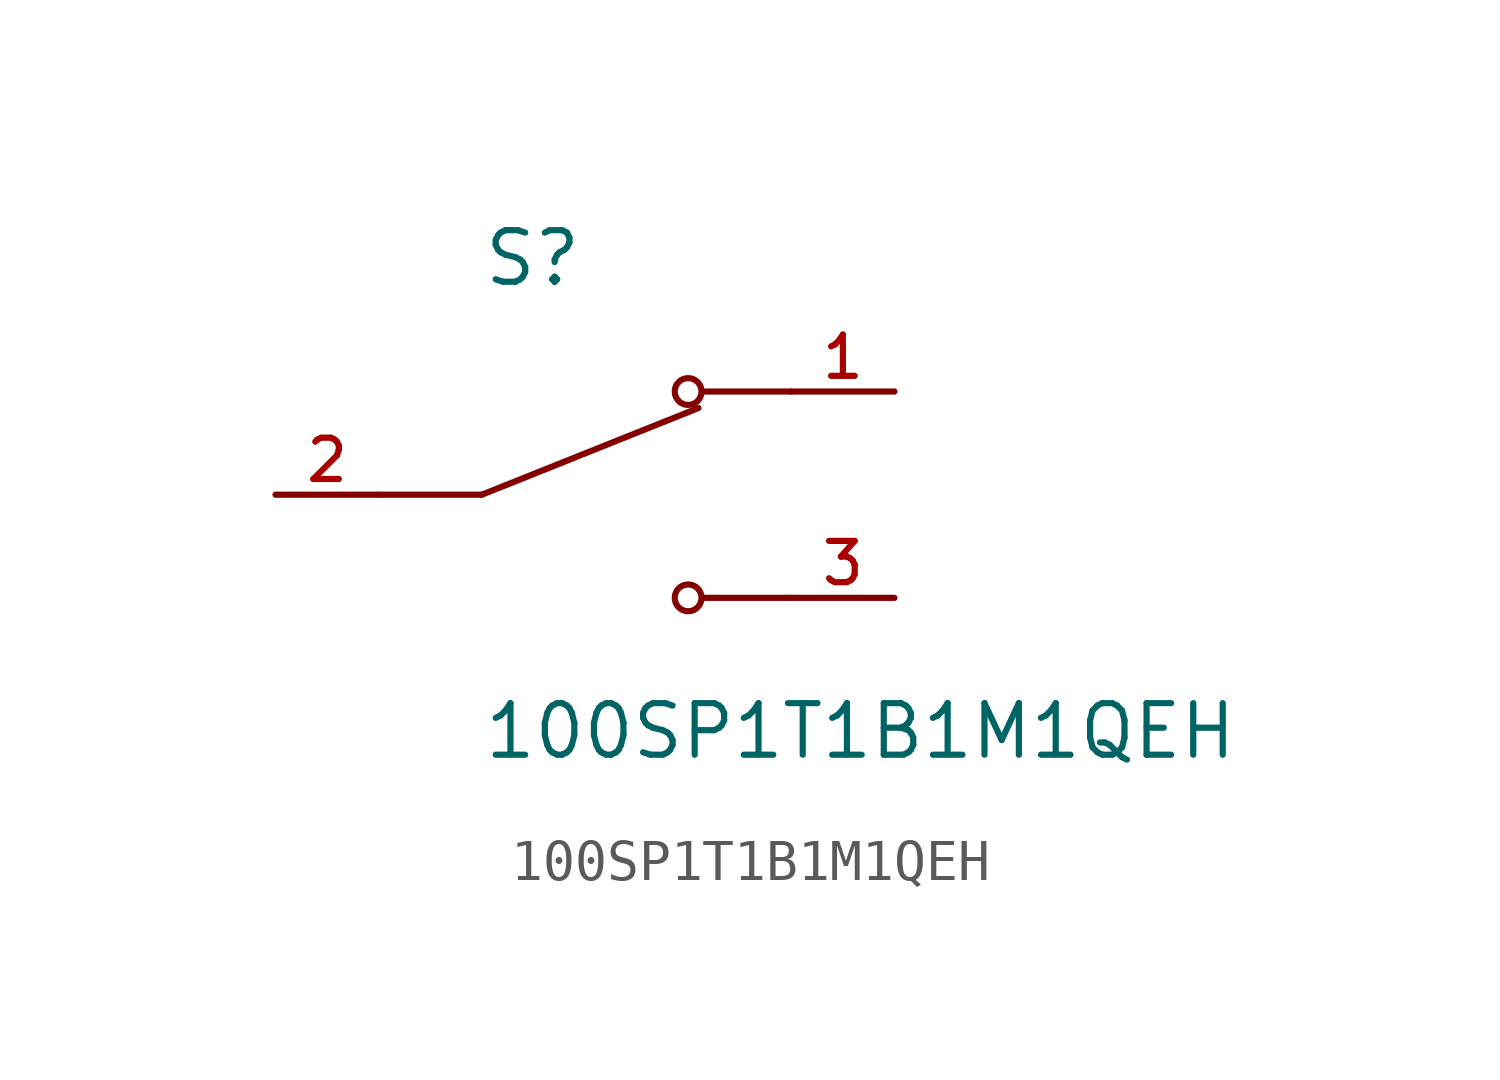
<source format=kicad_sym>
(kicad_symbol_lib
  (version 20211014)
  (generator kicad_symbol_editor)
  (symbol "100SP1T1B1M1QEH"
    (pin_names
      (offset 1.016))
    (property "Reference" "S"
      (at -2.54 5.08 0)
      (effects (font (size 1.27 1.27)) (justify bottom left)))
    (property "Value" "100SP1T1B1M1QEH"
      (at -2.54 -5.08 0)
      (effects (font (size 1.27 1.27)) (justify top left)))
    (symbol "100SP1T1B1M1QEH_0_0"
      (polyline (pts (xy -2.54 0.0) (xy 2.794 2.134)) (stroke (width 0.152)))
      (circle (center 2.54 2.54) (radius 0.33) (stroke (width 0.152)) (fill (type none)))
      (circle (center 2.54 -2.54) (radius 0.33) (stroke (width 0.152)) (fill (type none)))
      (polyline (pts (xy 5.08 -2.54) (xy 2.921 -2.54)) (stroke (width 0.152)))
      (polyline (pts (xy 5.08 2.54) (xy 2.921 2.54)) (stroke (width 0.152)))
      (polyline (pts (xy -2.54 0.0) (xy -5.08 0.0)) (stroke (width 0.152)))
      (pin passive line (at 7.62 2.54 180.0) (length 2.54) (name "~" (effects (font (size 1.016 1.016)))) (number "1" (effects (font (size 1.016 1.016)))))
      (pin passive line (at -7.62 0.0 0) (length 2.54) (name "~" (effects (font (size 1.016 1.016)))) (number "2" (effects (font (size 1.016 1.016)))))
      (pin passive line (at 7.62 -2.54 180.0) (length 2.54) (name "~" (effects (font (size 1.016 1.016)))) (number "3" (effects (font (size 1.016 1.016))))))))
</source>
